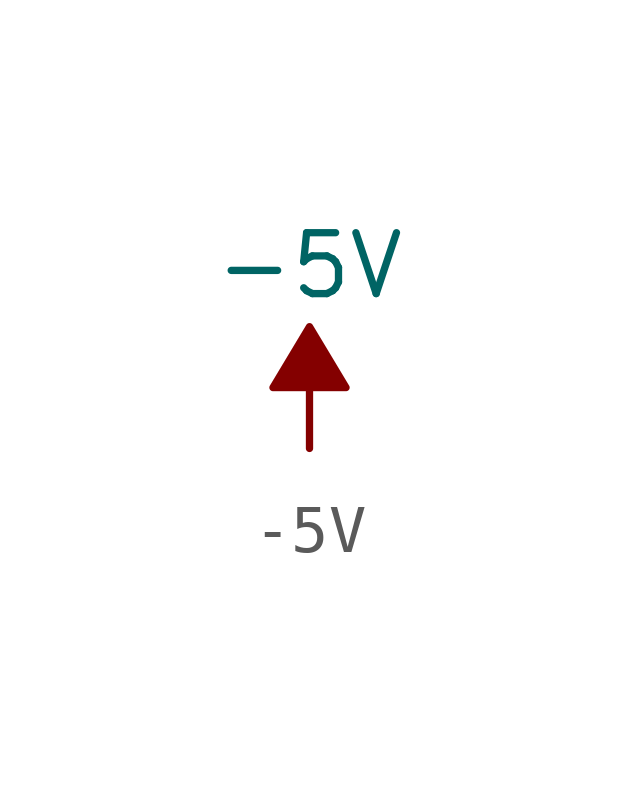
<source format=kicad_sym>
(kicad_symbol_lib
  (version 20200126)
  (host kicad_symbol_editor "(5.99.0-2251-g5226d6b4d)")
  (symbol "nets:-5V"
    (power)
    (pin_names
      (offset 0))
    (property "Reference" "#PWR"
      (at 0 2.54 0)
      (effects (font (size 1.27 1.27)) hide))
    (property "Value" "-5V"
      (at 0 3.81 0)
      (effects (font (size 1.27 1.27))))
    (symbol "-5V_0_1"
      (polyline (pts (xy 0 0) (xy 0 1.27) (xy 0.762 1.27) (xy 0 2.54) (xy -0.762 1.27) (xy 0 1.27)) (stroke (width 0)) (fill (type outline))))
    (symbol "-5V_0_0"
      (pin power_in line (at 0 0 90) (length 0) hide (name "-5V" (effects (font (size 1.27 1.27)))) (number "1" (effects (font (size 1.27 1.27))))))))
</source>
